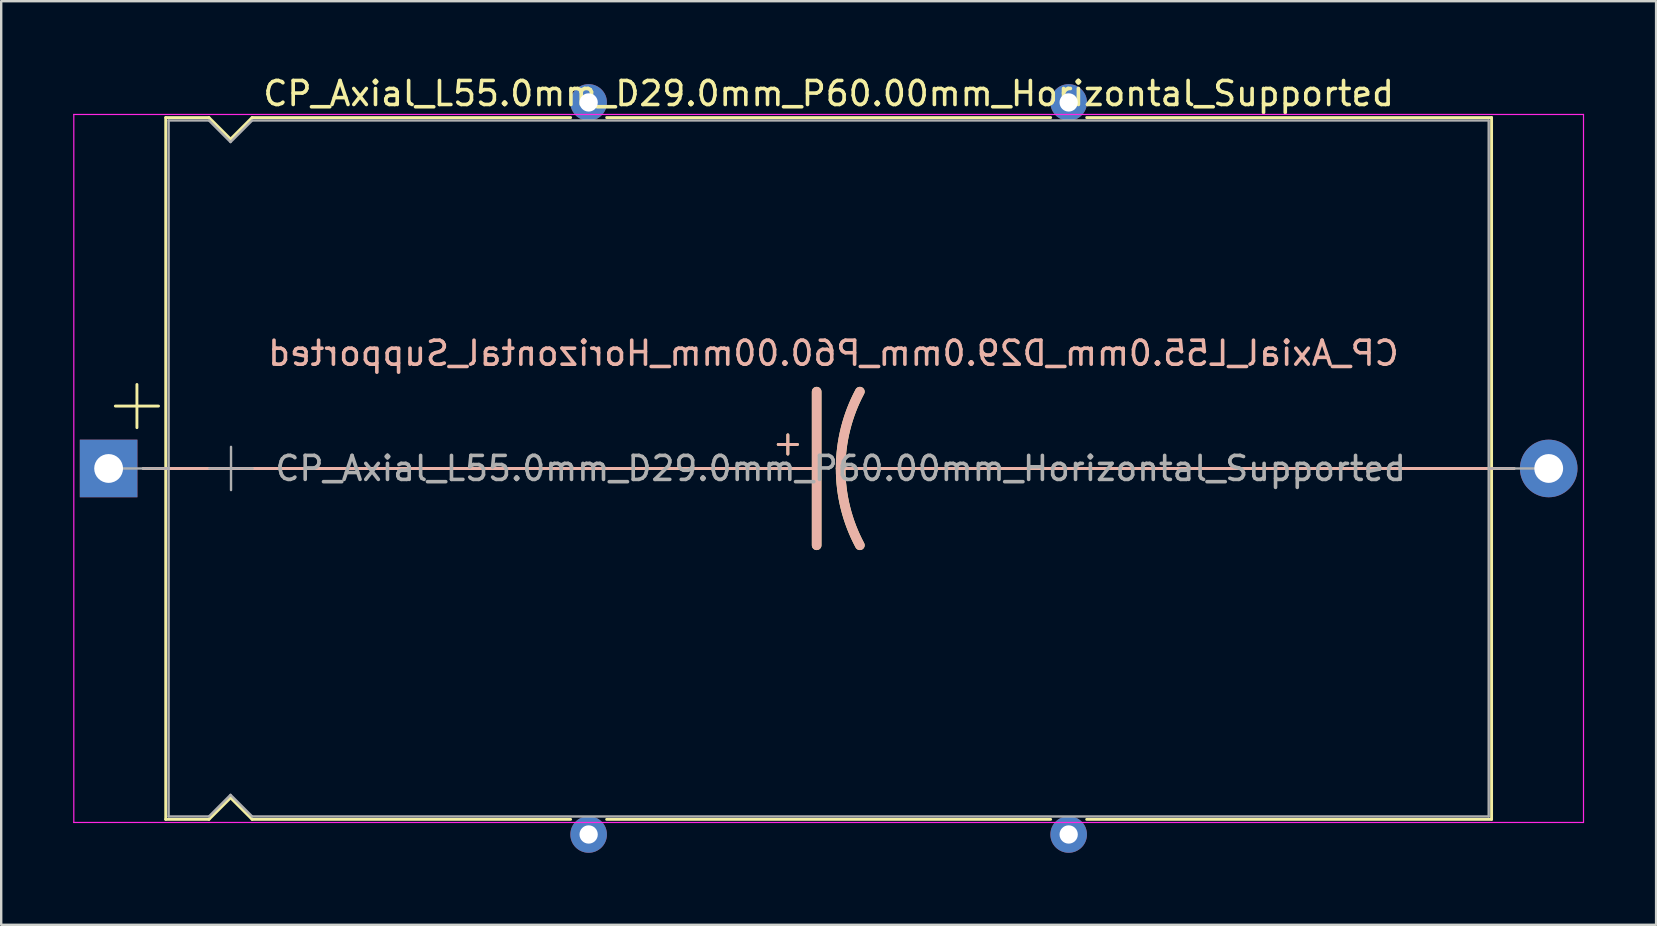
<source format=kicad_pcb>
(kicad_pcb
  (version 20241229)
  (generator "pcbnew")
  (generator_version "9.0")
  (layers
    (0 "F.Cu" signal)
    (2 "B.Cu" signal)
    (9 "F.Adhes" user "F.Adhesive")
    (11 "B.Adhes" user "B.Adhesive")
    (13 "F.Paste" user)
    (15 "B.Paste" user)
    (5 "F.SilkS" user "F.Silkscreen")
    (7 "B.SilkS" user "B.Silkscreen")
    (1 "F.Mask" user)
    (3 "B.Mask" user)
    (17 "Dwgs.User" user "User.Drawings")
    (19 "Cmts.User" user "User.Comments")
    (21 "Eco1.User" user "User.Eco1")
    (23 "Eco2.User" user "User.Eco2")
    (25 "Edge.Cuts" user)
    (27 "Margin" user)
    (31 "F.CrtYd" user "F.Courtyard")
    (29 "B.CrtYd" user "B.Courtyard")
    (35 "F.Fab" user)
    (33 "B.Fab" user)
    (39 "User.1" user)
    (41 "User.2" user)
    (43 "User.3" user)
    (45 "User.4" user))
  (footprint "CP_Axial_L55.0mm_D29.0mm_P60.00mm_Horizontal_Supported"
    (layer "F.Cu")
    (at 1.475 16.468)
    (property "Reference" "CP_Axial_L55.0mm_D29.0mm_P60.00mm_Horizontal_Supported" (at 30 -15.62 0) (layer "F.SilkS") (effects (font (size 1 1) (thickness 0.15))))
    (fp_line (start 0.28 -2.6) (end 2.08 -2.6) (stroke (width 0.12) (type solid)) (layer "F.SilkS"))
    (fp_line (start 1.18 -3.5) (end 1.18 -1.7) (stroke (width 0.12) (type solid)) (layer "F.SilkS"))
    (fp_line (start 1.44 0) (end 2.38 0) (stroke (width 0.12) (type solid)) (layer "F.SilkS"))
    (fp_line (start 2.38 -14.62) (end 2.38 14.62) (stroke (width 0.12) (type solid)) (layer "F.SilkS"))
    (fp_line (start 2.38 -14.62) (end 4.18 -14.62) (stroke (width 0.12) (type solid)) (layer "F.SilkS"))
    (fp_line (start 2.38 0) (end 29.5 0) (stroke (width 0.12) (type solid)) (layer "F.SilkS"))
    (fp_line (start 2.38 14.62) (end 4.18 14.62) (stroke (width 0.12) (type solid)) (layer "F.SilkS"))
    (fp_line (start 4.18 -14.62) (end 5.08 -13.72) (stroke (width 0.12) (type solid)) (layer "F.SilkS"))
    (fp_line (start 4.18 14.62) (end 5.08 13.72) (stroke (width 0.12) (type solid)) (layer "F.SilkS"))
    (fp_line (start 5.08 -13.72) (end 5.98 -14.62) (stroke (width 0.12) (type solid)) (layer "F.SilkS"))
    (fp_line (start 5.08 13.72) (end 5.98 14.62) (stroke (width 0.12) (type solid)) (layer "F.SilkS"))
    (fp_line (start 5.98 -14.62) (end 19.25 -14.62) (stroke (width 0.12) (type solid)) (layer "F.SilkS"))
    (fp_line (start 5.98 14.62) (end 19.25 14.62) (stroke (width 0.12) (type solid)) (layer "F.SilkS"))
    (fp_line (start 20.75 -14.62) (end 39.25 -14.62) (stroke (width 0.12) (type solid)) (layer "F.SilkS"))
    (fp_line (start 20.75 14.62) (end 39.25 14.62) (stroke (width 0.12) (type solid)) (layer "F.SilkS"))
    (fp_line (start 27.9 -1) (end 28.7 -1) (stroke (width 0.12) (type solid)) (layer "F.SilkS"))
    (fp_line (start 28.3 -1.4) (end 28.3 -0.6) (stroke (width 0.12) (type solid)) (layer "F.SilkS"))
    (fp_line (start 29.5 0) (end 29.5 -3.2) (stroke (width 0.4) (type solid)) (layer "F.SilkS"))
    (fp_line (start 29.5 0) (end 29.5 3.2) (stroke (width 0.4) (type solid)) (layer "F.SilkS"))
    (fp_line (start 40.75 -14.62) (end 57.62 -14.62) (stroke (width 0.12) (type solid)) (layer "F.SilkS"))
    (fp_line (start 40.75 14.62) (end 57.62 14.62) (stroke (width 0.12) (type solid)) (layer "F.SilkS"))
    (fp_line (start 57.62 -14.62) (end 57.62 14.62) (stroke (width 0.12) (type solid)) (layer "F.SilkS"))
    (fp_line (start 57.62 0) (end 30.5 0) (stroke (width 0.12) (type solid)) (layer "F.SilkS"))
    (fp_line (start 58.56 0) (end 57.62 0) (stroke (width 0.12) (type solid)) (layer "F.SilkS"))
    (fp_arc (start 30.5 0) (mid 30.703545 -1.649114) (end 31.3 -3.2) (stroke (width 0.4) (type solid)) (layer "F.SilkS"))
    (fp_arc (start 31.3 3.2) (mid 30.700704 1.649824) (end 30.5 0) (stroke (width 0.4) (type solid)) (layer "F.SilkS"))
    (fp_line (start 1.45 0) (end 20.88 0) (stroke (width 0.12) (type solid)) (layer "B.SilkS"))
    (fp_line (start 2.38 0) (end 29.5 0) (stroke (width 0.12) (type solid)) (layer "B.SilkS"))
    (fp_line (start 27.9 -1) (end 28.7 -1) (stroke (width 0.12) (type solid)) (layer "B.SilkS"))
    (fp_line (start 28.3 -0.6) (end 28.3 -1.4) (stroke (width 0.12) (type solid)) (layer "B.SilkS"))
    (fp_line (start 29.5 0) (end 29.5 -3.2) (stroke (width 0.4) (type solid)) (layer "B.SilkS"))
    (fp_line (start 29.5 0) (end 29.5 3.2) (stroke (width 0.4) (type solid)) (layer "B.SilkS"))
    (fp_line (start 57.62 0) (end 30.5 0) (stroke (width 0.12) (type solid)) (layer "B.SilkS"))
    (fp_line (start 58.55 0) (end 39.12 0) (stroke (width 0.12) (type solid)) (layer "B.SilkS"))
    (fp_arc (start 30.5 0) (mid 30.700703 -1.649824) (end 31.3 -3.2) (stroke (width 0.4) (type solid)) (layer "B.SilkS"))
    (fp_arc (start 31.3 3.2) (mid 30.703544 1.649114) (end 30.5 0) (stroke (width 0.4) (type solid)) (layer "B.SilkS"))
    (fp_line (start -1.45 -14.75) (end -1.45 14.75) (stroke (width 0.05) (type solid)) (layer "F.CrtYd"))
    (fp_line (start -1.45 14.75) (end 61.45 14.75) (stroke (width 0.05) (type solid)) (layer "F.CrtYd"))
    (fp_line (start 61.45 -14.75) (end -1.45 -14.75) (stroke (width 0.05) (type solid)) (layer "F.CrtYd"))
    (fp_line (start 61.45 14.75) (end 61.45 -14.75) (stroke (width 0.05) (type solid)) (layer "F.CrtYd"))
    (fp_line (start 0 0) (end 2.5 0) (stroke (width 0.1) (type solid)) (layer "F.Fab"))
    (fp_line (start 2.5 -14.5) (end 2.5 14.5) (stroke (width 0.1) (type solid)) (layer "F.Fab"))
    (fp_line (start 2.5 -14.5) (end 4.18 -14.5) (stroke (width 0.1) (type solid)) (layer "F.Fab"))
    (fp_line (start 2.5 14.5) (end 4.18 14.5) (stroke (width 0.1) (type solid)) (layer "F.Fab"))
    (fp_line (start 4.18 -14.5) (end 5.08 -13.6) (stroke (width 0.1) (type solid)) (layer "F.Fab"))
    (fp_line (start 4.18 14.5) (end 5.08 13.6) (stroke (width 0.1) (type solid)) (layer "F.Fab"))
    (fp_line (start 4.2 0) (end 6 0) (stroke (width 0.1) (type solid)) (layer "F.Fab"))
    (fp_line (start 5.08 -13.6) (end 5.98 -14.5) (stroke (width 0.1) (type solid)) (layer "F.Fab"))
    (fp_line (start 5.08 13.6) (end 5.98 14.5) (stroke (width 0.1) (type solid)) (layer "F.Fab"))
    (fp_line (start 5.1 -0.9) (end 5.1 0.9) (stroke (width 0.1) (type solid)) (layer "F.Fab"))
    (fp_line (start 5.98 -14.5) (end 57.5 -14.5) (stroke (width 0.1) (type solid)) (layer "F.Fab"))
    (fp_line (start 5.98 14.5) (end 57.5 14.5) (stroke (width 0.1) (type solid)) (layer "F.Fab"))
    (fp_line (start 57.5 -14.5) (end 57.5 14.5) (stroke (width 0.1) (type solid)) (layer "F.Fab"))
    (fp_line (start 60 0) (end 57.5 0) (stroke (width 0.1) (type solid)) (layer "F.Fab"))
    (fp_text user "${REFERENCE}" (at 30.2 -4.8 0) (layer "B.SilkS") (effects (font (size 1 1) (thickness 0.15)) (justify mirror)))
    (fp_text user "${REFERENCE}" (at 30.5 0 0) (layer "F.Fab") (effects (font (size 1 1) (thickness 0.15))))
    (pad "" thru_hole circle (at 20 -15.25) (size 1.524 1.524) (drill 0.762) (layers "*.Cu" "*.Mask"))
    (pad "" thru_hole circle (at 20 15.25) (size 1.524 1.524) (drill 0.762) (layers "*.Cu" "*.Mask"))
    (pad "" thru_hole circle (at 40 -15.25) (size 1.524 1.524) (drill 0.762) (layers "*.Cu" "*.Mask"))
    (pad "" thru_hole circle (at 40 15.25) (size 1.524 1.524) (drill 0.762) (layers "*.Cu" "*.Mask"))
    (pad "1" thru_hole rect (at 0 0) (size 2.4 2.4) (drill 1.2) (layers "*.Cu" "*.Mask"))
    (pad "2" thru_hole oval (at 60 0) (size 2.4 2.4) (drill 1.2) (layers "*.Cu" "*.Mask")))
  (gr_rect
    (start -3 -3)
    (end 65.95 35.48)
    (stroke (width 0.1) (type default))
    (fill no)
    (layer "Edge.Cuts")))
</source>
